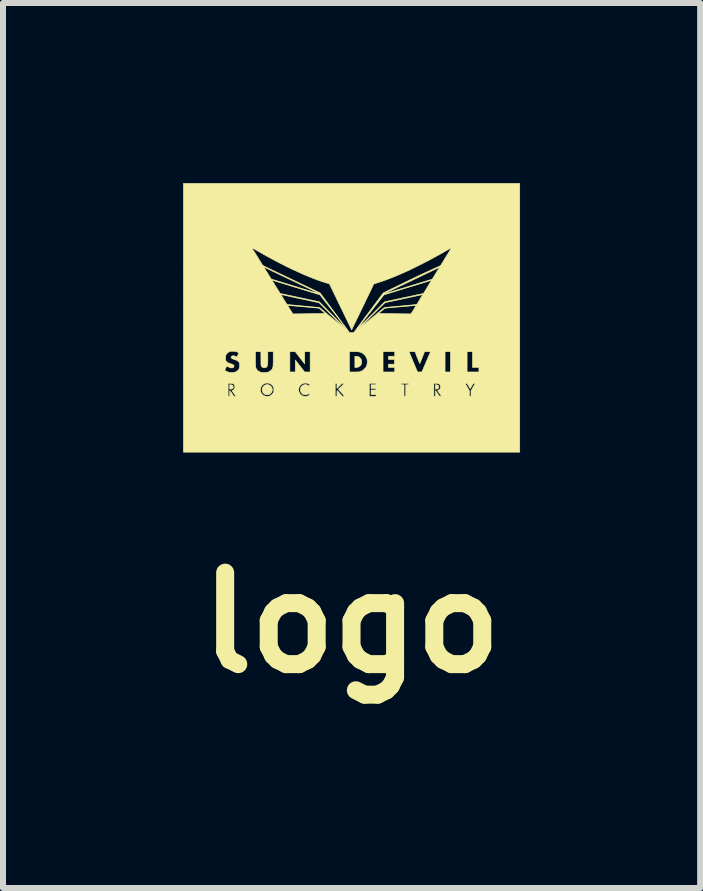
<source format=kicad_pcb>
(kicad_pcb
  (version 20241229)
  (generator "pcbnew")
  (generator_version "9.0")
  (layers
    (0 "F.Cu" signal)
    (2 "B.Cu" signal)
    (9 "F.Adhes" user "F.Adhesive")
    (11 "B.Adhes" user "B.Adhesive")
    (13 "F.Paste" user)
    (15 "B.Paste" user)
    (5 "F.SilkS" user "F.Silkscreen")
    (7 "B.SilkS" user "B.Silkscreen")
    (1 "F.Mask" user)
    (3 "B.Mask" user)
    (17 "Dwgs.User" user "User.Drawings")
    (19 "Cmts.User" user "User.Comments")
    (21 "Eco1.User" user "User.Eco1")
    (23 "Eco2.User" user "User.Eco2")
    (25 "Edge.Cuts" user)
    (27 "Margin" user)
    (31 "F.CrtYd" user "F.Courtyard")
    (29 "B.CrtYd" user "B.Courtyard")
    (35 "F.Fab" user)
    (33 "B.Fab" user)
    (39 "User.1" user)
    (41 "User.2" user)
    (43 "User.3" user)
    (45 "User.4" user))
  (footprint "logo"
    (layer "F.Cu")
    (at 2.805 2.243)
    (property "Reference" "logo" (at 0 5.08 0) (layer "F.SilkS") (effects (font (size 1.524 1.524) (thickness 0.3))))
    (attr through_hole)
    (fp_poly (pts (xy 1.414 1.116) (xy 1.43 1.119) (xy 1.441 1.123) (xy 1.449 1.13) (xy 1.453 1.14) (xy 1.455 1.148) (xy 1.454 1.161) (xy 1.449 1.172) (xy 1.44 1.181) (xy 1.426 1.186) (xy 1.412 1.188) (xy 1.397 1.188) (xy 1.397 1.114) (xy 1.414 1.116)) (stroke (width 0.01) (type solid)) (fill yes) (layer "F.SilkS"))
    (fp_poly (pts (xy -2.019 1.115) (xy -2.001 1.117) (xy -1.987 1.122) (xy -1.977 1.13) (xy -1.976 1.131) (xy -1.971 1.144) (xy -1.97 1.158) (xy -1.974 1.171) (xy -1.974 1.171) (xy -1.981 1.179) (xy -1.992 1.184) (xy -2.006 1.188) (xy -2.015 1.188) (xy -2.029 1.188) (xy -2.029 1.115) (xy -2.019 1.115)) (stroke (width 0.01) (type solid)) (fill yes) (layer "F.SilkS"))
    (fp_poly (pts (xy 0.077 0.642) (xy 0.094 0.644) (xy 0.107 0.646) (xy 0.118 0.65) (xy 0.128 0.656) (xy 0.13 0.657) (xy 0.146 0.671) (xy 0.158 0.688) (xy 0.166 0.708) (xy 0.169 0.731) (xy 0.169 0.735) (xy 0.167 0.759) (xy 0.16 0.779) (xy 0.149 0.796) (xy 0.133 0.809) (xy 0.123 0.815) (xy 0.112 0.821) (xy 0.103 0.824) (xy 0.092 0.826) (xy 0.08 0.826) (xy 0.056 0.828) (xy 0.056 0.64) (xy 0.077 0.642)) (stroke (width 0.01) (type solid)) (fill yes) (layer "F.SilkS"))
    (fp_poly (pts (xy -1.387 1.114) (xy -1.368 1.121) (xy -1.35 1.133) (xy -1.336 1.148) (xy -1.327 1.162) (xy -1.321 1.181) (xy -1.319 1.202) (xy -1.323 1.222) (xy -1.331 1.24) (xy -1.343 1.257) (xy -1.36 1.272) (xy -1.365 1.275) (xy -1.374 1.279) (xy -1.383 1.282) (xy -1.394 1.283) (xy -1.401 1.283) (xy -1.413 1.284) (xy -1.421 1.283) (xy -1.429 1.281) (xy -1.437 1.278) (xy -1.441 1.276) (xy -1.46 1.263) (xy -1.474 1.248) (xy -1.484 1.229) (xy -1.489 1.209) (xy -1.489 1.187) (xy -1.486 1.171) (xy -1.479 1.157) (xy -1.468 1.142) (xy -1.454 1.13) (xy -1.439 1.12) (xy -1.429 1.116) (xy -1.408 1.113) (xy -1.387 1.114)) (stroke (width 0.01) (type solid)) (fill yes) (layer "F.SilkS"))
    (fp_poly (pts (xy 2.802 2.238) (xy -2.8 2.238) (xy -2.8 1.092) (xy -2.055 1.092) (xy -2.055 1.307) (xy -2.029 1.307) (xy -2.029 1.26) (xy -2.029 1.245) (xy -2.029 1.231) (xy -2.028 1.221) (xy -2.027 1.215) (xy -2.027 1.214) (xy -2.025 1.216) (xy -2.02 1.222) (xy -2.013 1.231) (xy -2.004 1.243) (xy -1.994 1.257) (xy -1.992 1.26) (xy -1.96 1.307) (xy -1.944 1.307) (xy -1.934 1.306) (xy -1.93 1.305) (xy -1.929 1.303) (xy -1.929 1.303) (xy -1.932 1.3) (xy -1.937 1.293) (xy -1.944 1.283) (xy -1.952 1.27) (xy -1.962 1.257) (xy -1.972 1.243) (xy -1.98 1.231) (xy -1.987 1.222) (xy -1.991 1.215) (xy -1.992 1.213) (xy -1.992 1.213) (xy -1.99 1.211) (xy -1.985 1.209) (xy -1.97 1.203) (xy -1.958 1.193) (xy -1.517 1.193) (xy -1.516 1.215) (xy -1.511 1.237) (xy -1.502 1.256) (xy -1.488 1.273) (xy -1.488 1.273) (xy -1.472 1.289) (xy -1.454 1.299) (xy -1.435 1.306) (xy -1.414 1.309) (xy -1.4 1.309) (xy -1.386 1.308) (xy -1.375 1.307) (xy -1.367 1.304) (xy -1.357 1.3) (xy -1.356 1.3) (xy -1.338 1.288) (xy -1.321 1.273) (xy -1.307 1.255) (xy -1.302 1.246) (xy -1.299 1.238) (xy -1.296 1.23) (xy -1.295 1.223) (xy -1.294 1.212) (xy -1.294 1.201) (xy -0.879 1.201) (xy -0.879 1.214) (xy -0.878 1.224) (xy -0.876 1.232) (xy -0.872 1.241) (xy -0.87 1.245) (xy -0.861 1.261) (xy -0.848 1.277) (xy -0.833 1.29) (xy -0.823 1.296) (xy -0.809 1.303) (xy -0.795 1.307) (xy -0.781 1.309) (xy -0.764 1.309) (xy -0.763 1.309) (xy -0.749 1.308) (xy -0.739 1.307) (xy -0.731 1.304) (xy -0.722 1.3) (xy -0.721 1.299) (xy -0.704 1.291) (xy -0.702 1.256) (xy -0.715 1.265) (xy -0.731 1.276) (xy -0.747 1.282) (xy -0.764 1.284) (xy -0.774 1.284) (xy -0.794 1.28) (xy -0.811 1.273) (xy -0.826 1.261) (xy -0.831 1.256) (xy -0.841 1.242) (xy -0.847 1.229) (xy -0.851 1.214) (xy -0.852 1.202) (xy -0.852 1.189) (xy -0.851 1.18) (xy -0.849 1.172) (xy -0.846 1.164) (xy -0.835 1.146) (xy -0.82 1.131) (xy -0.803 1.12) (xy -0.784 1.114) (xy -0.764 1.113) (xy -0.763 1.113) (xy -0.748 1.115) (xy -0.734 1.121) (xy -0.721 1.128) (xy -0.713 1.134) (xy -0.708 1.139) (xy -0.705 1.139) (xy -0.703 1.135) (xy -0.703 1.125) (xy -0.703 1.123) (xy -0.703 1.107) (xy -0.721 1.097) (xy -0.731 1.093) (xy -0.733 1.092) (xy -0.271 1.092) (xy -0.271 1.307) (xy -0.243 1.307) (xy -0.243 1.259) (xy -0.243 1.243) (xy -0.242 1.229) (xy -0.242 1.219) (xy -0.241 1.212) (xy -0.241 1.211) (xy -0.238 1.213) (xy -0.233 1.219) (xy -0.224 1.227) (xy -0.214 1.238) (xy -0.203 1.251) (xy -0.196 1.259) (xy -0.154 1.307) (xy -0.136 1.307) (xy -0.127 1.306) (xy -0.121 1.306) (xy -0.119 1.305) (xy -0.12 1.302) (xy -0.126 1.296) (xy -0.134 1.287) (xy -0.144 1.275) (xy -0.156 1.262) (xy -0.169 1.247) (xy -0.22 1.192) (xy -0.17 1.142) (xy -0.12 1.092) (xy 0.296 1.092) (xy 0.296 1.307) (xy 0.409 1.307) (xy 0.409 1.281) (xy 0.325 1.281) (xy 0.325 1.202) (xy 0.406 1.202) (xy 0.406 1.177) (xy 0.325 1.177) (xy 0.325 1.115) (xy 0.409 1.115) (xy 0.409 1.092) (xy 0.824 1.092) (xy 0.824 1.115) (xy 0.875 1.115) (xy 0.875 1.307) (xy 0.903 1.307) (xy 1.372 1.307) (xy 1.397 1.307) (xy 1.397 1.26) (xy 1.397 1.245) (xy 1.397 1.231) (xy 1.398 1.221) (xy 1.399 1.215) (xy 1.399 1.214) (xy 1.401 1.216) (xy 1.406 1.222) (xy 1.413 1.232) (xy 1.422 1.244) (xy 1.431 1.258) (xy 1.433 1.26) (xy 1.464 1.305) (xy 1.48 1.306) (xy 1.488 1.306) (xy 1.494 1.306) (xy 1.496 1.305) (xy 1.494 1.302) (xy 1.49 1.295) (xy 1.483 1.285) (xy 1.475 1.273) (xy 1.465 1.259) (xy 1.464 1.257) (xy 1.432 1.212) (xy 1.444 1.207) (xy 1.46 1.199) (xy 1.472 1.187) (xy 1.479 1.171) (xy 1.482 1.152) (xy 1.482 1.15) (xy 1.48 1.132) (xy 1.474 1.117) (xy 1.463 1.106) (xy 1.455 1.101) (xy 1.448 1.098) (xy 1.441 1.095) (xy 1.433 1.094) (xy 1.427 1.094) (xy 1.894 1.094) (xy 1.929 1.155) (xy 1.964 1.216) (xy 1.964 1.307) (xy 1.99 1.307) (xy 1.99 1.261) (xy 1.99 1.215) (xy 2.025 1.154) (xy 2.06 1.094) (xy 2.047 1.093) (xy 2.039 1.092) (xy 2.032 1.093) (xy 2.031 1.093) (xy 2.028 1.096) (xy 2.024 1.103) (xy 2.017 1.113) (xy 2.01 1.125) (xy 2.005 1.134) (xy 1.997 1.147) (xy 1.99 1.16) (xy 1.985 1.169) (xy 1.981 1.176) (xy 1.98 1.178) (xy 1.978 1.179) (xy 1.976 1.178) (xy 1.973 1.175) (xy 1.969 1.169) (xy 1.963 1.159) (xy 1.955 1.144) (xy 1.953 1.142) (xy 1.944 1.125) (xy 1.937 1.113) (xy 1.931 1.104) (xy 1.927 1.098) (xy 1.923 1.094) (xy 1.92 1.093) (xy 1.916 1.092) (xy 1.911 1.093) (xy 1.909 1.093) (xy 1.894 1.094) (xy 1.427 1.094) (xy 1.423 1.093) (xy 1.408 1.093) (xy 1.406 1.093) (xy 1.372 1.092) (xy 1.372 1.307) (xy 0.903 1.307) (xy 0.903 1.115) (xy 0.954 1.115) (xy 0.954 1.092) (xy 0.824 1.092) (xy 0.409 1.092) (xy 0.296 1.092) (xy -0.12 1.092) (xy -0.157 1.092) (xy -0.2 1.135) (xy -0.243 1.178) (xy -0.243 1.092) (xy -0.271 1.092) (xy -0.733 1.092) (xy -0.739 1.09) (xy -0.748 1.089) (xy -0.759 1.088) (xy -0.766 1.088) (xy -0.787 1.089) (xy -0.804 1.093) (xy -0.82 1.099) (xy -0.834 1.109) (xy -0.853 1.125) (xy -0.866 1.144) (xy -0.875 1.165) (xy -0.879 1.189) (xy -0.879 1.201) (xy -1.294 1.201) (xy -1.294 1.199) (xy -1.294 1.186) (xy -1.295 1.176) (xy -1.296 1.168) (xy -1.299 1.161) (xy -1.302 1.152) (xy -1.303 1.151) (xy -1.314 1.133) (xy -1.329 1.117) (xy -1.346 1.103) (xy -1.362 1.095) (xy -1.373 1.091) (xy -1.383 1.089) (xy -1.396 1.088) (xy -1.405 1.088) (xy -1.419 1.088) (xy -1.428 1.089) (xy -1.437 1.091) (xy -1.445 1.094) (xy -1.451 1.097) (xy -1.473 1.11) (xy -1.491 1.127) (xy -1.504 1.147) (xy -1.513 1.169) (xy -1.517 1.193) (xy -1.958 1.193) (xy -1.957 1.192) (xy -1.949 1.178) (xy -1.944 1.162) (xy -1.943 1.143) (xy -1.945 1.135) (xy -1.95 1.12) (xy -1.958 1.109) (xy -1.969 1.101) (xy -1.985 1.096) (xy -2.005 1.093) (xy -2.024 1.092) (xy -2.055 1.092) (xy -2.8 1.092) (xy -2.8 0.875) (xy -2.112 0.875) (xy -2.108 0.878) (xy -2.101 0.883) (xy -2.09 0.889) (xy -2.079 0.894) (xy -2.067 0.899) (xy -2.058 0.903) (xy -2.045 0.907) (xy -2.032 0.91) (xy -2.024 0.912) (xy -2.007 0.913) (xy -1.988 0.913) (xy -1.969 0.911) (xy -1.951 0.908) (xy -1.94 0.906) (xy -1.916 0.895) (xy -1.897 0.882) (xy -1.882 0.865) (xy -1.871 0.845) (xy -1.865 0.822) (xy -1.863 0.794) (xy -1.863 0.793) (xy -1.864 0.772) (xy -1.867 0.755) (xy -1.874 0.741) (xy -1.884 0.73) (xy -1.894 0.721) (xy -1.905 0.713) (xy -1.92 0.706) (xy -1.938 0.699) (xy -1.956 0.693) (xy -1.972 0.687) (xy -1.983 0.683) (xy -1.991 0.678) (xy -1.997 0.673) (xy -1.998 0.673) (xy -2.004 0.666) (xy -2.006 0.661) (xy -2.005 0.655) (xy -2.002 0.648) (xy -1.996 0.641) (xy -1.996 0.641) (xy -1.983 0.635) (xy -1.968 0.632) (xy -1.951 0.635) (xy -1.933 0.642) (xy -1.919 0.65) (xy -1.911 0.655) (xy -1.894 0.622) (xy -1.888 0.61) (xy -1.882 0.599) (xy -1.878 0.591) (xy -1.877 0.586) (xy -1.877 0.586) (xy -1.879 0.583) (xy -1.886 0.578) (xy -1.897 0.574) (xy -1.91 0.569) (xy -1.923 0.564) (xy -1.6 0.564) (xy -1.6 0.679) (xy -1.6 0.712) (xy -1.6 0.74) (xy -1.6 0.763) (xy -1.599 0.782) (xy -1.598 0.797) (xy -1.597 0.81) (xy -1.596 0.82) (xy -1.594 0.829) (xy -1.592 0.836) (xy -1.589 0.843) (xy -1.589 0.843) (xy -1.577 0.864) (xy -1.56 0.881) (xy -1.54 0.895) (xy -1.515 0.905) (xy -1.487 0.911) (xy -1.484 0.912) (xy -1.47 0.913) (xy -1.453 0.913) (xy -1.434 0.912) (xy -1.416 0.91) (xy -1.401 0.908) (xy -1.398 0.907) (xy -1.375 0.899) (xy -1.355 0.887) (xy -1.337 0.872) (xy -1.323 0.855) (xy -1.315 0.84) (xy -1.313 0.831) (xy -1.31 0.822) (xy -1.308 0.81) (xy -1.307 0.797) (xy -1.306 0.78) (xy -1.305 0.761) (xy -1.304 0.737) (xy -1.304 0.709) (xy -1.304 0.676) (xy -1.304 0.67) (xy -1.304 0.564) (xy -1.027 0.564) (xy -1.027 0.903) (xy -0.937 0.903) (xy -0.936 0.803) (xy -0.936 0.704) (xy -0.858 0.803) (xy -0.781 0.903) (xy -0.689 0.903) (xy -0.034 0.903) (xy 0.043 0.903) (xy 0.068 0.903) (xy 0.089 0.903) (xy 0.105 0.902) (xy 0.117 0.902) (xy 0.127 0.901) (xy 0.135 0.899) (xy 0.137 0.899) (xy 0.161 0.891) (xy 0.182 0.88) (xy 0.202 0.864) (xy 0.213 0.854) (xy 0.232 0.833) (xy 0.246 0.812) (xy 0.255 0.789) (xy 0.261 0.764) (xy 0.262 0.736) (xy 0.262 0.735) (xy 0.262 0.719) (xy 0.261 0.704) (xy 0.259 0.692) (xy 0.258 0.69) (xy 0.248 0.664) (xy 0.234 0.639) (xy 0.215 0.616) (xy 0.193 0.597) (xy 0.171 0.584) (xy 0.159 0.579) (xy 0.148 0.574) (xy 0.137 0.571) (xy 0.125 0.568) (xy 0.11 0.567) (xy 0.094 0.565) (xy 0.073 0.565) (xy 0.048 0.565) (xy 0.037 0.564) (xy -0.034 0.564) (xy 0.525 0.564) (xy 0.525 0.903) (xy 0.72 0.903) (xy 0.72 0.827) (xy 0.615 0.827) (xy 0.615 0.773) (xy 0.714 0.773) (xy 0.714 0.694) (xy 0.615 0.694) (xy 0.615 0.641) (xy 0.72 0.641) (xy 0.72 0.568) (xy 0.96 0.568) (xy 0.96 0.569) (xy 0.961 0.572) (xy 0.965 0.58) (xy 0.97 0.592) (xy 0.976 0.609) (xy 0.984 0.628) (xy 0.994 0.651) (xy 1.004 0.676) (xy 1.015 0.703) (xy 1.027 0.731) (xy 1.03 0.738) (xy 1.099 0.903) (xy 1.172 0.902) (xy 1.242 0.738) (xy 1.255 0.709) (xy 1.266 0.682) (xy 1.277 0.656) (xy 1.287 0.633) (xy 1.296 0.613) (xy 1.303 0.596) (xy 1.308 0.583) (xy 1.312 0.574) (xy 1.314 0.57) (xy 1.314 0.569) (xy 1.314 0.568) (xy 1.313 0.566) (xy 1.31 0.565) (xy 1.303 0.565) (xy 1.293 0.565) (xy 1.279 0.564) (xy 1.266 0.564) (xy 1.558 0.564) (xy 1.558 0.903) (xy 1.648 0.903) (xy 1.648 0.564) (xy 1.925 0.564) (xy 1.925 0.903) (xy 2.122 0.903) (xy 2.122 0.827) (xy 2.015 0.827) (xy 2.015 0.564) (xy 1.925 0.564) (xy 1.648 0.564) (xy 1.558 0.564) (xy 1.266 0.564) (xy 1.217 0.564) (xy 1.178 0.663) (xy 1.169 0.685) (xy 1.161 0.705) (xy 1.154 0.724) (xy 1.147 0.739) (xy 1.142 0.751) (xy 1.139 0.759) (xy 1.138 0.763) (xy 1.138 0.763) (xy 1.136 0.761) (xy 1.133 0.754) (xy 1.128 0.743) (xy 1.122 0.728) (xy 1.115 0.711) (xy 1.107 0.691) (xy 1.098 0.669) (xy 1.096 0.665) (xy 1.057 0.564) (xy 1.008 0.564) (xy 0.99 0.565) (xy 0.977 0.565) (xy 0.968 0.565) (xy 0.963 0.566) (xy 0.961 0.567) (xy 0.96 0.568) (xy 0.72 0.568) (xy 0.72 0.564) (xy 0.525 0.564) (xy -0.034 0.564) (xy -0.034 0.903) (xy -0.689 0.903) (xy -0.689 0.564) (xy -0.779 0.564) (xy -0.78 0.666) (xy -0.78 0.767) (xy -0.859 0.666) (xy -0.938 0.564) (xy -1.027 0.564) (xy -1.304 0.564) (xy -1.394 0.564) (xy -1.394 0.665) (xy -1.394 0.698) (xy -1.395 0.725) (xy -1.395 0.748) (xy -1.396 0.767) (xy -1.398 0.782) (xy -1.4 0.794) (xy -1.403 0.803) (xy -1.406 0.811) (xy -1.411 0.817) (xy -1.416 0.821) (xy -1.423 0.826) (xy -1.424 0.826) (xy -1.434 0.831) (xy -1.447 0.832) (xy -1.452 0.833) (xy -1.47 0.831) (xy -1.485 0.824) (xy -1.496 0.814) (xy -1.501 0.806) (xy -1.508 0.792) (xy -1.509 0.678) (xy -1.51 0.564) (xy -1.6 0.564) (xy -1.923 0.564) (xy -1.924 0.564) (xy -1.929 0.563) (xy -1.944 0.56) (xy -1.962 0.558) (xy -1.983 0.557) (xy -1.997 0.557) (xy -2.008 0.558) (xy -2.015 0.559) (xy -2.022 0.561) (xy -2.029 0.564) (xy -2.038 0.568) (xy -2.06 0.581) (xy -2.077 0.598) (xy -2.089 0.618) (xy -2.092 0.623) (xy -2.095 0.631) (xy -2.097 0.64) (xy -2.098 0.65) (xy -2.098 0.663) (xy -2.098 0.672) (xy -2.098 0.687) (xy -2.098 0.697) (xy -2.096 0.705) (xy -2.094 0.711) (xy -2.092 0.716) (xy -2.085 0.727) (xy -2.075 0.737) (xy -2.062 0.746) (xy -2.046 0.754) (xy -2.025 0.762) (xy -2.015 0.765) (xy -1.998 0.77) (xy -1.986 0.775) (xy -1.976 0.779) (xy -1.97 0.783) (xy -1.964 0.788) (xy -1.962 0.789) (xy -1.957 0.799) (xy -1.957 0.809) (xy -1.961 0.819) (xy -1.969 0.828) (xy -1.974 0.831) (xy -1.983 0.834) (xy -1.993 0.835) (xy -2.004 0.835) (xy -2.019 0.832) (xy -2.033 0.828) (xy -2.048 0.819) (xy -2.061 0.811) (xy -2.069 0.806) (xy -2.074 0.803) (xy -2.076 0.802) (xy -2.078 0.806) (xy -2.083 0.814) (xy -2.088 0.824) (xy -2.094 0.835) (xy -2.1 0.847) (xy -2.105 0.858) (xy -2.109 0.867) (xy -2.112 0.873) (xy -2.112 0.875) (xy -2.8 0.875) (xy -2.8 -0.203) (xy -1.061 -0.203) (xy -1.06 -0.2) (xy -1.056 -0.192) (xy -1.05 -0.182) (xy -1.043 -0.17) (xy -1.039 -0.164) (xy -1.031 -0.151) (xy -1.024 -0.139) (xy -1.019 -0.131) (xy -1.016 -0.126) (xy -1.016 -0.124) (xy -1.014 -0.121) (xy -1.014 -0.121) (xy -1.011 -0.118) (xy -1.007 -0.112) (xy -1.001 -0.103) (xy -0.998 -0.099) (xy -0.992 -0.088) (xy -0.986 -0.079) (xy -0.981 -0.072) (xy -0.98 -0.071) (xy -0.976 -0.064) (xy -0.841 -0.066) (xy -0.808 -0.066) (xy -0.77 -0.067) (xy -0.73 -0.067) (xy -0.689 -0.068) (xy -0.649 -0.069) (xy -0.611 -0.069) (xy -0.578 -0.07) (xy -0.575 -0.07) (xy -0.541 -0.07) (xy -0.512 -0.071) (xy -0.489 -0.071) (xy -0.47 -0.072) (xy -0.457 -0.073) (xy -0.448 -0.073) (xy -0.444 -0.074) (xy -0.443 -0.075) (xy -0.445 -0.078) (xy -0.451 -0.083) (xy -0.459 -0.09) (xy -0.462 -0.093) (xy -0.473 -0.102) (xy -0.484 -0.111) (xy -0.493 -0.119) (xy -0.494 -0.12) (xy -0.509 -0.133) (xy -0.52 -0.142) (xy -0.528 -0.149) (xy -0.534 -0.154) (xy -0.538 -0.156) (xy -0.541 -0.158) (xy -0.542 -0.159) (xy -0.547 -0.16) (xy -0.556 -0.161) (xy -0.568 -0.162) (xy -0.584 -0.164) (xy -0.599 -0.165) (xy -0.62 -0.167) (xy -0.644 -0.169) (xy -0.667 -0.171) (xy -0.689 -0.173) (xy -0.697 -0.174) (xy -0.737 -0.177) (xy -0.774 -0.181) (xy -0.808 -0.184) (xy -0.839 -0.186) (xy -0.865 -0.188) (xy -0.875 -0.189) (xy -0.892 -0.19) (xy -0.909 -0.192) (xy -0.926 -0.194) (xy -0.936 -0.195) (xy -0.949 -0.196) (xy -0.965 -0.198) (xy -0.983 -0.199) (xy -0.999 -0.2) (xy -1.014 -0.202) (xy -1.029 -0.203) (xy -1.041 -0.204) (xy -1.049 -0.205) (xy -1.049 -0.205) (xy -1.057 -0.206) (xy -1.061 -0.204) (xy -1.061 -0.203) (xy -2.8 -0.203) (xy -2.8 -0.386) (xy -1.176 -0.386) (xy -1.175 -0.383) (xy -1.173 -0.38) (xy -1.169 -0.374) (xy -1.168 -0.371) (xy -1.167 -0.367) (xy -1.166 -0.367) (xy -1.163 -0.365) (xy -1.159 -0.359) (xy -1.156 -0.353) (xy -1.15 -0.343) (xy -1.143 -0.331) (xy -1.14 -0.327) (xy -1.135 -0.318) (xy -1.13 -0.31) (xy -1.129 -0.307) (xy -1.126 -0.301) (xy -1.123 -0.299) (xy -1.121 -0.297) (xy -1.119 -0.294) (xy -1.117 -0.288) (xy -1.112 -0.281) (xy -1.109 -0.277) (xy -1.108 -0.275) (xy -1.106 -0.271) (xy -1.102 -0.266) (xy -1.096 -0.256) (xy -1.089 -0.244) (xy -1.081 -0.232) (xy -1.075 -0.225) (xy -1.07 -0.222) (xy -1.065 -0.221) (xy -1.055 -0.219) (xy -1.042 -0.218) (xy -1.027 -0.217) (xy -1.019 -0.216) (xy -0.999 -0.214) (xy -0.977 -0.212) (xy -0.954 -0.21) (xy -0.932 -0.208) (xy -0.929 -0.207) (xy -0.896 -0.204) (xy -0.868 -0.202) (xy -0.845 -0.2) (xy -0.826 -0.198) (xy -0.809 -0.196) (xy -0.795 -0.195) (xy -0.783 -0.194) (xy -0.772 -0.193) (xy -0.761 -0.192) (xy -0.761 -0.192) (xy -0.746 -0.191) (xy -0.733 -0.189) (xy -0.722 -0.188) (xy -0.715 -0.188) (xy -0.709 -0.187) (xy -0.698 -0.186) (xy -0.684 -0.184) (xy -0.667 -0.183) (xy -0.655 -0.182) (xy -0.635 -0.18) (xy -0.614 -0.178) (xy -0.594 -0.176) (xy -0.576 -0.175) (xy -0.569 -0.174) (xy -0.533 -0.171) (xy -0.506 -0.148) (xy -0.493 -0.137) (xy -0.478 -0.124) (xy -0.464 -0.113) (xy -0.456 -0.106) (xy -0.444 -0.096) (xy -0.43 -0.084) (xy -0.415 -0.072) (xy -0.404 -0.062) (xy -0.392 -0.052) (xy -0.38 -0.042) (xy -0.37 -0.034) (xy -0.363 -0.028) (xy -0.363 -0.028) (xy -0.354 -0.021) (xy -0.343 -0.012) (xy -0.337 -0.007) (xy -0.328 0.001) (xy -0.317 0.01) (xy -0.312 0.014) (xy -0.303 0.022) (xy -0.292 0.03) (xy -0.287 0.035) (xy -0.276 0.044) (xy -0.265 0.053) (xy -0.26 0.058) (xy -0.246 0.069) (xy -0.233 0.08) (xy -0.221 0.091) (xy -0.206 0.103) (xy -0.189 0.117) (xy -0.182 0.123) (xy -0.172 0.131) (xy -0.161 0.14) (xy -0.153 0.147) (xy -0.145 0.153) (xy -0.139 0.157) (xy -0.136 0.158) (xy -0.136 0.158) (xy -0.138 0.155) (xy -0.143 0.149) (xy -0.152 0.14) (xy -0.164 0.127) (xy -0.18 0.111) (xy -0.197 0.093) (xy -0.218 0.072) (xy -0.24 0.05) (xy -0.264 0.025) (xy -0.29 -0.001) (xy -0.318 -0.028) (xy -0.337 -0.048) (xy -0.539 -0.25) (xy -0.557 -0.254) (xy -0.569 -0.256) (xy -0.583 -0.259) (xy -0.597 -0.262) (xy -0.597 -0.262) (xy -0.612 -0.266) (xy -0.628 -0.269) (xy -0.642 -0.272) (xy -0.654 -0.275) (xy -0.666 -0.277) (xy -0.675 -0.279) (xy -0.676 -0.279) (xy -0.698 -0.284) (xy -0.719 -0.289) (xy -0.738 -0.293) (xy -0.754 -0.297) (xy -0.766 -0.299) (xy -0.77 -0.3) (xy -0.779 -0.301) (xy -0.786 -0.303) (xy -0.788 -0.304) (xy -0.791 -0.305) (xy -0.799 -0.306) (xy -0.809 -0.309) (xy -0.812 -0.309) (xy -0.826 -0.312) (xy -0.84 -0.315) (xy -0.852 -0.317) (xy -0.86 -0.319) (xy -0.868 -0.321) (xy -0.877 -0.323) (xy -0.889 -0.325) (xy -0.903 -0.328) (xy -0.922 -0.332) (xy -0.933 -0.334) (xy -0.941 -0.336) (xy -0.953 -0.339) (xy -0.968 -0.342) (xy -0.985 -0.346) (xy -1.001 -0.349) (xy -1.016 -0.353) (xy -1.028 -0.355) (xy -1.034 -0.357) (xy -1.04 -0.358) (xy -1.049 -0.36) (xy -1.06 -0.362) (xy -1.063 -0.363) (xy -1.081 -0.367) (xy -1.099 -0.371) (xy -1.118 -0.375) (xy -1.14 -0.38) (xy -1.147 -0.381) (xy -1.158 -0.384) (xy -1.168 -0.385) (xy -1.174 -0.386) (xy -1.176 -0.386) (xy -2.8 -0.386) (xy -2.8 -0.62) (xy -1.323 -0.62) (xy -1.32 -0.616) (xy -1.32 -0.615) (xy -1.316 -0.61) (xy -1.311 -0.602) (xy -1.304 -0.592) (xy -1.297 -0.581) (xy -1.29 -0.569) (xy -1.285 -0.56) (xy -1.28 -0.552) (xy -1.279 -0.548) (xy -1.278 -0.548) (xy -1.277 -0.545) (xy -1.276 -0.545) (xy -1.273 -0.542) (xy -1.271 -0.538) (xy -1.269 -0.532) (xy -1.267 -0.531) (xy -1.265 -0.528) (xy -1.264 -0.526) (xy -1.263 -0.523) (xy -1.262 -0.522) (xy -1.26 -0.52) (xy -1.256 -0.514) (xy -1.252 -0.509) (xy -1.247 -0.5) (xy -1.243 -0.493) (xy -1.241 -0.49) (xy -1.238 -0.484) (xy -1.233 -0.476) (xy -1.229 -0.47) (xy -1.224 -0.462) (xy -1.221 -0.456) (xy -1.219 -0.454) (xy -1.217 -0.451) (xy -1.214 -0.447) (xy -1.211 -0.442) (xy -1.206 -0.434) (xy -1.2 -0.424) (xy -1.2 -0.423) (xy -1.188 -0.404) (xy -1.171 -0.401) (xy -1.161 -0.4) (xy -1.148 -0.397) (xy -1.132 -0.394) (xy -1.116 -0.39) (xy -1.113 -0.39) (xy -1.097 -0.386) (xy -1.08 -0.382) (xy -1.065 -0.379) (xy -1.054 -0.377) (xy -1.053 -0.376) (xy -1.035 -0.373) (xy -1.014 -0.368) (xy -0.991 -0.363) (xy -0.975 -0.36) (xy -0.952 -0.355) (xy -0.933 -0.351) (xy -0.919 -0.348) (xy -0.908 -0.345) (xy -0.899 -0.344) (xy -0.893 -0.342) (xy -0.889 -0.342) (xy -0.882 -0.34) (xy -0.87 -0.338) (xy -0.856 -0.335) (xy -0.84 -0.331) (xy -0.835 -0.33) (xy -0.817 -0.326) (xy -0.803 -0.323) (xy -0.789 -0.32) (xy -0.775 -0.317) (xy -0.759 -0.314) (xy -0.739 -0.309) (xy -0.727 -0.307) (xy -0.711 -0.303) (xy -0.695 -0.3) (xy -0.691 -0.299) (xy -0.678 -0.296) (xy -0.665 -0.294) (xy -0.655 -0.292) (xy -0.652 -0.291) (xy -0.645 -0.29) (xy -0.634 -0.287) (xy -0.619 -0.284) (xy -0.603 -0.281) (xy -0.589 -0.278) (xy -0.538 -0.267) (xy -0.319 -0.046) (xy -0.29 -0.017) (xy -0.262 0.012) (xy -0.235 0.038) (xy -0.21 0.064) (xy -0.187 0.087) (xy -0.165 0.108) (xy -0.146 0.127) (xy -0.13 0.143) (xy -0.117 0.156) (xy -0.107 0.166) (xy -0.1 0.172) (xy -0.097 0.175) (xy -0.097 0.175) (xy -0.093 0.173) (xy -0.093 0.173) (xy -0.095 0.169) (xy -0.099 0.164) (xy -0.1 0.163) (xy -0.106 0.156) (xy -0.112 0.148) (xy -0.113 0.147) (xy -0.12 0.138) (xy -0.127 0.129) (xy -0.127 0.128) (xy -0.133 0.121) (xy -0.141 0.112) (xy -0.146 0.106) (xy -0.153 0.097) (xy -0.162 0.085) (xy -0.173 0.071) (xy -0.184 0.056) (xy -0.195 0.042) (xy -0.204 0.03) (xy -0.21 0.023) (xy -0.217 0.014) (xy -0.224 0.005) (xy -0.226 0.003) (xy -0.231 -0.004) (xy -0.239 -0.014) (xy -0.246 -0.022) (xy -0.26 -0.041) (xy -0.273 -0.058) (xy -0.286 -0.074) (xy -0.286 -0.075) (xy -0.294 -0.085) (xy -0.303 -0.096) (xy -0.307 -0.101) (xy -0.315 -0.111) (xy -0.324 -0.122) (xy -0.327 -0.127) (xy -0.334 -0.136) (xy -0.341 -0.145) (xy -0.344 -0.148) (xy -0.352 -0.158) (xy -0.358 -0.166) (xy -0.363 -0.172) (xy -0.367 -0.178) (xy -0.373 -0.186) (xy -0.378 -0.192) (xy -0.379 -0.193) (xy -0.383 -0.198) (xy -0.389 -0.206) (xy -0.397 -0.215) (xy -0.4 -0.22) (xy -0.407 -0.229) (xy -0.413 -0.237) (xy -0.417 -0.242) (xy -0.418 -0.243) (xy -0.42 -0.245) (xy -0.425 -0.252) (xy -0.432 -0.26) (xy -0.436 -0.265) (xy -0.444 -0.276) (xy -0.452 -0.287) (xy -0.459 -0.295) (xy -0.461 -0.297) (xy -0.467 -0.305) (xy -0.471 -0.311) (xy -0.472 -0.314) (xy -0.475 -0.318) (xy -0.477 -0.319) (xy -0.48 -0.321) (xy -0.484 -0.327) (xy -0.487 -0.331) (xy -0.493 -0.339) (xy -0.499 -0.347) (xy -0.501 -0.35) (xy -0.506 -0.355) (xy -0.508 -0.358) (xy -0.508 -0.359) (xy -0.51 -0.361) (xy -0.514 -0.367) (xy -0.516 -0.37) (xy -0.522 -0.376) (xy -0.525 -0.38) (xy -0.525 -0.381) (xy -0.527 -0.383) (xy -0.534 -0.385) (xy -0.537 -0.386) (xy -0.543 -0.388) (xy -0.55 -0.39) (xy -0.559 -0.392) (xy -0.57 -0.396) (xy -0.585 -0.4) (xy -0.604 -0.406) (xy -0.605 -0.406) (xy -0.624 -0.412) (xy -0.64 -0.417) (xy -0.656 -0.422) (xy -0.675 -0.428) (xy -0.686 -0.431) (xy -0.699 -0.435) (xy -0.703 -0.436) (xy -0.715 -0.44) (xy -0.727 -0.443) (xy -0.731 -0.445) (xy -0.739 -0.447) (xy -0.751 -0.451) (xy -0.766 -0.455) (xy -0.785 -0.461) (xy -0.804 -0.467) (xy -0.825 -0.473) (xy -0.846 -0.48) (xy -0.865 -0.486) (xy -0.868 -0.487) (xy -0.884 -0.492) (xy -0.903 -0.498) (xy -0.921 -0.503) (xy -0.929 -0.505) (xy -0.944 -0.51) (xy -0.962 -0.515) (xy -0.977 -0.52) (xy -0.984 -0.522) (xy -0.998 -0.527) (xy -1.015 -0.532) (xy -1.032 -0.537) (xy -1.039 -0.539) (xy -1.058 -0.545) (xy -1.079 -0.551) (xy -1.1 -0.558) (xy -1.12 -0.564) (xy -1.138 -0.569) (xy -1.153 -0.574) (xy -1.159 -0.576) (xy -1.168 -0.579) (xy -1.181 -0.582) (xy -1.196 -0.587) (xy -1.211 -0.592) (xy -1.214 -0.593) (xy -1.231 -0.598) (xy -1.25 -0.604) (xy -1.269 -0.61) (xy -1.283 -0.614) (xy -1.3 -0.619) (xy -1.312 -0.622) (xy -1.319 -0.623) (xy -1.323 -0.623) (xy -1.323 -0.62) (xy -2.8 -0.62) (xy -2.8 -0.842) (xy -1.459 -0.842) (xy -1.459 -0.838) (xy -1.457 -0.835) (xy -1.457 -0.835) (xy -1.454 -0.832) (xy -1.45 -0.826) (xy -1.444 -0.817) (xy -1.438 -0.807) (xy -1.432 -0.797) (xy -1.427 -0.788) (xy -1.423 -0.782) (xy -1.422 -0.78) (xy -1.421 -0.776) (xy -1.42 -0.776) (xy -1.417 -0.773) (xy -1.413 -0.766) (xy -1.406 -0.757) (xy -1.399 -0.746) (xy -1.393 -0.735) (xy -1.387 -0.724) (xy -1.382 -0.716) (xy -1.382 -0.715) (xy -1.378 -0.708) (xy -1.374 -0.703) (xy -1.372 -0.7) (xy -1.371 -0.698) (xy -1.368 -0.695) (xy -1.365 -0.689) (xy -1.36 -0.681) (xy -1.352 -0.669) (xy -1.352 -0.667) (xy -1.345 -0.657) (xy -1.34 -0.65) (xy -1.336 -0.646) (xy -1.331 -0.643) (xy -1.324 -0.641) (xy -1.322 -0.64) (xy -1.315 -0.638) (xy -1.304 -0.635) (xy -1.29 -0.631) (xy -1.275 -0.626) (xy -1.259 -0.621) (xy -1.245 -0.617) (xy -1.232 -0.613) (xy -1.226 -0.611) (xy -1.218 -0.608) (xy -1.206 -0.605) (xy -1.194 -0.601) (xy -1.194 -0.601) (xy -1.183 -0.598) (xy -1.173 -0.595) (xy -1.166 -0.593) (xy -1.166 -0.593) (xy -1.16 -0.591) (xy -1.151 -0.588) (xy -1.139 -0.584) (xy -1.125 -0.58) (xy -1.125 -0.58) (xy -1.101 -0.573) (xy -1.078 -0.566) (xy -1.057 -0.559) (xy -1.038 -0.553) (xy -1.022 -0.549) (xy -1.011 -0.545) (xy -1.006 -0.543) (xy -0.991 -0.538) (xy -0.972 -0.533) (xy -0.953 -0.527) (xy -0.941 -0.524) (xy -0.929 -0.52) (xy -0.915 -0.516) (xy -0.909 -0.514) (xy -0.898 -0.51) (xy -0.885 -0.506) (xy -0.872 -0.502) (xy -0.86 -0.499) (xy -0.849 -0.495) (xy -0.84 -0.492) (xy -0.84 -0.492) (xy -0.831 -0.49) (xy -0.818 -0.485) (xy -0.801 -0.48) (xy -0.783 -0.475) (xy -0.763 -0.469) (xy -0.743 -0.463) (xy -0.734 -0.46) (xy -0.719 -0.455) (xy -0.704 -0.451) (xy -0.69 -0.446) (xy -0.684 -0.445) (xy -0.671 -0.44) (xy -0.658 -0.436) (xy -0.648 -0.433) (xy -0.636 -0.43) (xy -0.625 -0.427) (xy -0.619 -0.425) (xy -0.611 -0.422) (xy -0.6 -0.419) (xy -0.588 -0.415) (xy -0.587 -0.415) (xy -0.576 -0.412) (xy -0.567 -0.409) (xy -0.561 -0.406) (xy -0.56 -0.406) (xy -0.552 -0.404) (xy -0.548 -0.405) (xy -0.548 -0.406) (xy -0.549 -0.408) (xy -0.554 -0.411) (xy -0.562 -0.415) (xy -0.574 -0.422) (xy -0.59 -0.429) (xy -0.611 -0.439) (xy -0.629 -0.448) (xy -0.639 -0.453) (xy -0.65 -0.458) (xy -0.664 -0.464) (xy -0.68 -0.472) (xy -0.699 -0.481) (xy -0.722 -0.492) (xy -0.75 -0.506) (xy -0.768 -0.514) (xy -0.783 -0.522) (xy -0.8 -0.53) (xy -0.816 -0.537) (xy -0.828 -0.543) (xy -0.841 -0.549) (xy -0.857 -0.557) (xy -0.873 -0.565) (xy -0.89 -0.572) (xy -0.89 -0.573) (xy -0.906 -0.581) (xy -0.923 -0.589) (xy -0.939 -0.596) (xy -0.952 -0.602) (xy -0.953 -0.603) (xy -0.981 -0.616) (xy -1.013 -0.631) (xy -1.044 -0.646) (xy -1.074 -0.661) (xy -1.082 -0.665) (xy -1.098 -0.672) (xy -1.116 -0.681) (xy -1.133 -0.689) (xy -1.144 -0.694) (xy -1.172 -0.707) (xy -1.196 -0.719) (xy -1.216 -0.728) (xy -1.236 -0.738) (xy -1.254 -0.747) (xy -1.267 -0.753) (xy -1.283 -0.76) (xy -1.299 -0.768) (xy -1.314 -0.775) (xy -1.326 -0.781) (xy -1.328 -0.782) (xy -1.338 -0.786) (xy -1.351 -0.793) (xy -1.367 -0.801) (xy -1.385 -0.809) (xy -1.403 -0.818) (xy -1.404 -0.818) (xy -1.42 -0.826) (xy -1.434 -0.833) (xy -1.445 -0.838) (xy -1.453 -0.842) (xy -1.458 -0.844) (xy -1.458 -0.844) (xy -1.459 -0.842) (xy -2.8 -0.842) (xy -2.8 -1.161) (xy -1.654 -1.161) (xy -1.653 -1.156) (xy -1.651 -1.151) (xy -1.65 -1.149) (xy -1.646 -1.144) (xy -1.645 -1.141) (xy -1.644 -1.136) (xy -1.642 -1.134) (xy -1.638 -1.129) (xy -1.634 -1.122) (xy -1.633 -1.12) (xy -1.629 -1.114) (xy -1.626 -1.11) (xy -1.626 -1.109) (xy -1.623 -1.106) (xy -1.621 -1.102) (xy -1.61 -1.084) (xy -1.6 -1.068) (xy -1.59 -1.052) (xy -1.579 -1.034) (xy -1.566 -1.013) (xy -1.564 -1.011) (xy -1.555 -0.997) (xy -1.547 -0.984) (xy -1.541 -0.973) (xy -1.537 -0.966) (xy -1.535 -0.963) (xy -1.535 -0.962) (xy -1.534 -0.959) (xy -1.532 -0.956) (xy -1.529 -0.952) (xy -1.523 -0.945) (xy -1.517 -0.934) (xy -1.509 -0.923) (xy -1.502 -0.911) (xy -1.496 -0.9) (xy -1.491 -0.892) (xy -1.486 -0.884) (xy -1.481 -0.877) (xy -1.48 -0.875) (xy -1.474 -0.871) (xy -1.463 -0.865) (xy -1.448 -0.857) (xy -1.43 -0.847) (xy -1.41 -0.838) (xy -1.401 -0.834) (xy -1.388 -0.828) (xy -1.372 -0.82) (xy -1.356 -0.813) (xy -1.345 -0.807) (xy -1.286 -0.779) (xy -1.228 -0.751) (xy -1.214 -0.744) (xy -1.201 -0.739) (xy -1.186 -0.731) (xy -1.17 -0.724) (xy -1.154 -0.716) (xy -1.138 -0.708) (xy -1.119 -0.699) (xy -1.101 -0.691) (xy -1.088 -0.684) (xy -1.065 -0.673) (xy -1.038 -0.66) (xy -1.008 -0.646) (xy -0.977 -0.631) (xy -0.946 -0.616) (xy -0.941 -0.614) (xy -0.924 -0.606) (xy -0.906 -0.597) (xy -0.888 -0.588) (xy -0.873 -0.581) (xy -0.858 -0.574) (xy -0.84 -0.565) (xy -0.823 -0.557) (xy -0.814 -0.553) (xy -0.803 -0.548) (xy -0.787 -0.54) (xy -0.77 -0.532) (xy -0.751 -0.523) (xy -0.733 -0.514) (xy -0.717 -0.506) (xy -0.703 -0.5) (xy -0.691 -0.494) (xy -0.683 -0.49) (xy -0.679 -0.488) (xy -0.679 -0.488) (xy -0.676 -0.487) (xy -0.669 -0.484) (xy -0.658 -0.479) (xy -0.645 -0.472) (xy -0.629 -0.465) (xy -0.622 -0.461) (xy -0.604 -0.452) (xy -0.586 -0.444) (xy -0.569 -0.436) (xy -0.555 -0.429) (xy -0.544 -0.424) (xy -0.543 -0.423) (xy -0.532 -0.418) (xy -0.524 -0.413) (xy -0.52 -0.41) (xy -0.519 -0.409) (xy -0.518 -0.406) (xy -0.514 -0.401) (xy -0.513 -0.4) (xy -0.508 -0.394) (xy -0.502 -0.386) (xy -0.499 -0.381) (xy -0.493 -0.373) (xy -0.487 -0.365) (xy -0.485 -0.363) (xy -0.48 -0.356) (xy -0.474 -0.348) (xy -0.474 -0.348) (xy -0.468 -0.339) (xy -0.461 -0.331) (xy -0.461 -0.331) (xy -0.455 -0.323) (xy -0.449 -0.315) (xy -0.448 -0.313) (xy -0.442 -0.304) (xy -0.435 -0.296) (xy -0.434 -0.295) (xy -0.429 -0.289) (xy -0.426 -0.285) (xy -0.426 -0.285) (xy -0.425 -0.282) (xy -0.421 -0.276) (xy -0.418 -0.273) (xy -0.412 -0.265) (xy -0.407 -0.258) (xy -0.406 -0.256) (xy -0.4 -0.248) (xy -0.392 -0.237) (xy -0.384 -0.226) (xy -0.376 -0.215) (xy -0.368 -0.205) (xy -0.363 -0.198) (xy -0.359 -0.194) (xy -0.359 -0.193) (xy -0.356 -0.189) (xy -0.352 -0.183) (xy -0.351 -0.182) (xy -0.347 -0.175) (xy -0.342 -0.169) (xy -0.335 -0.161) (xy -0.332 -0.157) (xy -0.329 -0.152) (xy -0.327 -0.15) (xy -0.326 -0.146) (xy -0.322 -0.142) (xy -0.32 -0.139) (xy -0.314 -0.132) (xy -0.306 -0.121) (xy -0.297 -0.109) (xy -0.286 -0.095) (xy -0.275 -0.08) (xy -0.264 -0.065) (xy -0.254 -0.051) (xy -0.244 -0.039) (xy -0.237 -0.029) (xy -0.235 -0.026) (xy -0.231 -0.021) (xy -0.225 -0.013) (xy -0.217 -0.002) (xy -0.209 0.01) (xy -0.207 0.012) (xy -0.196 0.026) (xy -0.189 0.036) (xy -0.183 0.045) (xy -0.177 0.052) (xy -0.172 0.059) (xy -0.166 0.068) (xy -0.163 0.071) (xy -0.157 0.08) (xy -0.152 0.086) (xy -0.15 0.089) (xy -0.148 0.092) (xy -0.142 0.1) (xy -0.135 0.11) (xy -0.125 0.122) (xy -0.115 0.136) (xy -0.105 0.15) (xy -0.094 0.164) (xy -0.085 0.177) (xy -0.076 0.188) (xy -0.07 0.197) (xy -0.066 0.202) (xy -0.066 0.203) (xy -0.06 0.21) (xy -0.056 0.215) (xy -0.052 0.22) (xy -0.051 0.223) (xy -0.049 0.226) (xy -0.044 0.232) (xy -0.036 0.242) (xy -0.034 0.245) (xy -0.03 0.247) (xy -0.021 0.248) (xy -0.008 0.248) (xy 0.003 0.248) (xy 0.036 0.248) (xy 0.053 0.226) (xy 0.061 0.215) (xy 0.068 0.207) (xy 0.072 0.201) (xy 0.074 0.198) (xy 0.076 0.196) (xy 0.078 0.194) (xy 0.081 0.189) (xy 0.086 0.182) (xy 0.088 0.179) (xy 0.092 0.173) (xy 0.107 0.173) (xy 0.109 0.175) (xy 0.112 0.173) (xy 0.118 0.167) (xy 0.127 0.159) (xy 0.147 0.159) (xy 0.147 0.16) (xy 0.15 0.16) (xy 0.154 0.157) (xy 0.162 0.151) (xy 0.173 0.142) (xy 0.178 0.138) (xy 0.191 0.127) (xy 0.204 0.116) (xy 0.216 0.105) (xy 0.224 0.099) (xy 0.234 0.091) (xy 0.242 0.084) (xy 0.249 0.079) (xy 0.25 0.078) (xy 0.255 0.073) (xy 0.263 0.067) (xy 0.272 0.059) (xy 0.275 0.056) (xy 0.285 0.049) (xy 0.293 0.042) (xy 0.299 0.037) (xy 0.3 0.036) (xy 0.304 0.032) (xy 0.312 0.026) (xy 0.322 0.017) (xy 0.334 0.007) (xy 0.348 -0.004) (xy 0.351 -0.007) (xy 0.366 -0.019) (xy 0.382 -0.033) (xy 0.397 -0.045) (xy 0.41 -0.056) (xy 0.419 -0.064) (xy 0.431 -0.074) (xy 0.432 -0.075) (xy 0.454 -0.075) (xy 0.455 -0.073) (xy 0.457 -0.072) (xy 0.462 -0.072) (xy 0.47 -0.071) (xy 0.481 -0.071) (xy 0.497 -0.07) (xy 0.517 -0.07) (xy 0.524 -0.07) (xy 0.544 -0.07) (xy 0.567 -0.07) (xy 0.594 -0.069) (xy 0.623 -0.069) (xy 0.654 -0.069) (xy 0.683 -0.068) (xy 0.71 -0.068) (xy 0.739 -0.067) (xy 0.771 -0.067) (xy 0.803 -0.067) (xy 0.834 -0.066) (xy 0.863 -0.066) (xy 0.89 -0.066) (xy 0.908 -0.065) (xy 0.99 -0.065) (xy 1.003 -0.087) (xy 1.011 -0.098) (xy 1.018 -0.11) (xy 1.024 -0.119) (xy 1.025 -0.12) (xy 1.03 -0.128) (xy 1.032 -0.133) (xy 1.033 -0.135) (xy 1.035 -0.138) (xy 1.036 -0.138) (xy 1.038 -0.14) (xy 1.039 -0.141) (xy 1.04 -0.145) (xy 1.044 -0.152) (xy 1.05 -0.162) (xy 1.057 -0.174) (xy 1.057 -0.174) (xy 1.064 -0.186) (xy 1.07 -0.195) (xy 1.073 -0.202) (xy 1.074 -0.205) (xy 1.074 -0.205) (xy 1.071 -0.205) (xy 1.064 -0.205) (xy 1.053 -0.204) (xy 1.048 -0.204) (xy 1.032 -0.202) (xy 1.015 -0.2) (xy 0.999 -0.199) (xy 0.998 -0.199) (xy 0.982 -0.198) (xy 0.966 -0.196) (xy 0.951 -0.195) (xy 0.95 -0.195) (xy 0.938 -0.193) (xy 0.922 -0.192) (xy 0.905 -0.19) (xy 0.89 -0.189) (xy 0.864 -0.187) (xy 0.833 -0.184) (xy 0.796 -0.181) (xy 0.755 -0.178) (xy 0.71 -0.174) (xy 0.689 -0.172) (xy 0.665 -0.17) (xy 0.641 -0.167) (xy 0.619 -0.166) (xy 0.612 -0.165) (xy 0.595 -0.163) (xy 0.58 -0.162) (xy 0.568 -0.161) (xy 0.56 -0.159) (xy 0.556 -0.159) (xy 0.551 -0.156) (xy 0.544 -0.15) (xy 0.537 -0.145) (xy 0.522 -0.132) (xy 0.507 -0.119) (xy 0.492 -0.107) (xy 0.48 -0.096) (xy 0.469 -0.088) (xy 0.462 -0.082) (xy 0.457 -0.079) (xy 0.457 -0.079) (xy 0.455 -0.077) (xy 0.454 -0.075) (xy 0.432 -0.075) (xy 0.445 -0.086) (xy 0.46 -0.098) (xy 0.471 -0.107) (xy 0.485 -0.119) (xy 0.5 -0.131) (xy 0.514 -0.143) (xy 0.524 -0.152) (xy 0.535 -0.161) (xy 0.543 -0.166) (xy 0.548 -0.17) (xy 0.554 -0.172) (xy 0.559 -0.172) (xy 0.563 -0.172) (xy 0.573 -0.173) (xy 0.586 -0.174) (xy 0.599 -0.175) (xy 0.601 -0.175) (xy 0.613 -0.176) (xy 0.628 -0.178) (xy 0.646 -0.18) (xy 0.664 -0.182) (xy 0.672 -0.182) (xy 0.71 -0.186) (xy 0.745 -0.189) (xy 0.778 -0.192) (xy 0.811 -0.195) (xy 0.844 -0.198) (xy 0.879 -0.202) (xy 0.918 -0.205) (xy 0.941 -0.207) (xy 0.961 -0.209) (xy 0.984 -0.211) (xy 1.008 -0.214) (xy 1.029 -0.216) (xy 1.034 -0.216) (xy 1.05 -0.218) (xy 1.064 -0.219) (xy 1.076 -0.221) (xy 1.083 -0.222) (xy 1.086 -0.223) (xy 1.09 -0.228) (xy 1.095 -0.235) (xy 1.096 -0.237) (xy 1.1 -0.244) (xy 1.103 -0.248) (xy 1.104 -0.248) (xy 1.106 -0.251) (xy 1.106 -0.251) (xy 1.108 -0.255) (xy 1.112 -0.262) (xy 1.117 -0.271) (xy 1.119 -0.274) (xy 1.126 -0.284) (xy 1.131 -0.293) (xy 1.134 -0.299) (xy 1.135 -0.3) (xy 1.137 -0.305) (xy 1.142 -0.313) (xy 1.149 -0.324) (xy 1.156 -0.336) (xy 1.157 -0.337) (xy 1.165 -0.349) (xy 1.171 -0.36) (xy 1.176 -0.368) (xy 1.179 -0.373) (xy 1.179 -0.373) (xy 1.181 -0.377) (xy 1.183 -0.378) (xy 1.185 -0.38) (xy 1.185 -0.382) (xy 1.185 -0.385) (xy 1.181 -0.386) (xy 1.175 -0.385) (xy 1.165 -0.382) (xy 1.161 -0.381) (xy 1.154 -0.379) (xy 1.143 -0.377) (xy 1.137 -0.375) (xy 1.126 -0.373) (xy 1.112 -0.37) (xy 1.103 -0.368) (xy 1.09 -0.366) (xy 1.076 -0.363) (xy 1.065 -0.36) (xy 1.055 -0.358) (xy 1.041 -0.355) (xy 1.025 -0.352) (xy 1.008 -0.348) (xy 1.005 -0.347) (xy 0.989 -0.344) (xy 0.974 -0.34) (xy 0.962 -0.338) (xy 0.953 -0.336) (xy 0.951 -0.336) (xy 0.942 -0.334) (xy 0.93 -0.331) (xy 0.917 -0.329) (xy 0.912 -0.327) (xy 0.889 -0.322) (xy 0.871 -0.318) (xy 0.856 -0.315) (xy 0.845 -0.313) (xy 0.837 -0.311) (xy 0.83 -0.31) (xy 0.825 -0.308) (xy 0.82 -0.308) (xy 0.808 -0.305) (xy 0.794 -0.302) (xy 0.778 -0.299) (xy 0.758 -0.294) (xy 0.733 -0.289) (xy 0.728 -0.288) (xy 0.712 -0.284) (xy 0.695 -0.281) (xy 0.681 -0.277) (xy 0.669 -0.275) (xy 0.667 -0.275) (xy 0.654 -0.272) (xy 0.64 -0.269) (xy 0.631 -0.267) (xy 0.619 -0.264) (xy 0.605 -0.261) (xy 0.593 -0.259) (xy 0.581 -0.256) (xy 0.57 -0.254) (xy 0.563 -0.252) (xy 0.562 -0.252) (xy 0.56 -0.251) (xy 0.556 -0.248) (xy 0.55 -0.243) (xy 0.543 -0.236) (xy 0.533 -0.227) (xy 0.521 -0.216) (xy 0.507 -0.202) (xy 0.489 -0.185) (xy 0.469 -0.165) (xy 0.446 -0.142) (xy 0.419 -0.115) (xy 0.389 -0.085) (xy 0.355 -0.051) (xy 0.35 -0.047) (xy 0.322 -0.018) (xy 0.295 0.009) (xy 0.269 0.034) (xy 0.245 0.058) (xy 0.224 0.08) (xy 0.204 0.1) (xy 0.187 0.118) (xy 0.172 0.132) (xy 0.161 0.144) (xy 0.152 0.153) (xy 0.148 0.157) (xy 0.147 0.159) (xy 0.127 0.159) (xy 0.127 0.158) (xy 0.14 0.146) (xy 0.155 0.13) (xy 0.174 0.112) (xy 0.195 0.092) (xy 0.217 0.069) (xy 0.242 0.044) (xy 0.269 0.018) (xy 0.297 -0.01) (xy 0.326 -0.04) (xy 0.333 -0.046) (xy 0.553 -0.267) (xy 0.571 -0.271) (xy 0.584 -0.273) (xy 0.598 -0.276) (xy 0.605 -0.278) (xy 0.617 -0.28) (xy 0.631 -0.284) (xy 0.645 -0.286) (xy 0.645 -0.286) (xy 0.659 -0.289) (xy 0.676 -0.293) (xy 0.691 -0.296) (xy 0.691 -0.296) (xy 0.706 -0.3) (xy 0.723 -0.303) (xy 0.737 -0.306) (xy 0.738 -0.306) (xy 0.75 -0.309) (xy 0.762 -0.311) (xy 0.771 -0.313) (xy 0.772 -0.313) (xy 0.782 -0.316) (xy 0.794 -0.318) (xy 0.796 -0.319) (xy 0.803 -0.32) (xy 0.815 -0.323) (xy 0.829 -0.326) (xy 0.844 -0.329) (xy 0.849 -0.33) (xy 0.865 -0.334) (xy 0.88 -0.337) (xy 0.892 -0.34) (xy 0.901 -0.341) (xy 0.903 -0.342) (xy 0.908 -0.343) (xy 0.915 -0.344) (xy 0.923 -0.346) (xy 0.934 -0.348) (xy 0.949 -0.351) (xy 0.967 -0.355) (xy 0.989 -0.36) (xy 0.996 -0.361) (xy 1.003 -0.363) (xy 1.011 -0.365) (xy 1.022 -0.367) (xy 1.035 -0.37) (xy 1.053 -0.374) (xy 1.068 -0.377) (xy 1.077 -0.379) (xy 1.09 -0.382) (xy 1.106 -0.385) (xy 1.122 -0.388) (xy 1.126 -0.389) (xy 1.142 -0.393) (xy 1.158 -0.396) (xy 1.171 -0.399) (xy 1.181 -0.401) (xy 1.183 -0.401) (xy 1.192 -0.403) (xy 1.198 -0.406) (xy 1.203 -0.411) (xy 1.206 -0.417) (xy 1.212 -0.427) (xy 1.22 -0.439) (xy 1.229 -0.453) (xy 1.238 -0.468) (xy 1.247 -0.483) (xy 1.255 -0.497) (xy 1.262 -0.508) (xy 1.267 -0.517) (xy 1.27 -0.522) (xy 1.27 -0.522) (xy 1.275 -0.53) (xy 1.279 -0.535) (xy 1.284 -0.542) (xy 1.286 -0.547) (xy 1.288 -0.552) (xy 1.29 -0.553) (xy 1.292 -0.555) (xy 1.293 -0.556) (xy 1.294 -0.56) (xy 1.298 -0.567) (xy 1.304 -0.577) (xy 1.311 -0.588) (xy 1.311 -0.589) (xy 1.32 -0.603) (xy 1.326 -0.613) (xy 1.328 -0.62) (xy 1.329 -0.623) (xy 1.327 -0.623) (xy 1.325 -0.623) (xy 1.319 -0.621) (xy 1.309 -0.618) (xy 1.296 -0.614) (xy 1.282 -0.609) (xy 1.267 -0.605) (xy 1.259 -0.602) (xy 1.246 -0.598) (xy 1.23 -0.594) (xy 1.213 -0.589) (xy 1.199 -0.584) (xy 1.182 -0.579) (xy 1.162 -0.573) (xy 1.143 -0.567) (xy 1.13 -0.563) (xy 1.117 -0.559) (xy 1.104 -0.555) (xy 1.095 -0.552) (xy 1.089 -0.55) (xy 1.089 -0.55) (xy 1.084 -0.549) (xy 1.074 -0.546) (xy 1.062 -0.542) (xy 1.053 -0.539) (xy 1.037 -0.534) (xy 1.02 -0.529) (xy 1.004 -0.524) (xy 0.998 -0.522) (xy 0.983 -0.518) (xy 0.966 -0.513) (xy 0.95 -0.507) (xy 0.943 -0.505) (xy 0.93 -0.502) (xy 0.92 -0.498) (xy 0.909 -0.495) (xy 0.897 -0.492) (xy 0.884 -0.488) (xy 0.868 -0.483) (xy 0.847 -0.476) (xy 0.841 -0.474) (xy 0.824 -0.469) (xy 0.806 -0.464) (xy 0.79 -0.459) (xy 0.776 -0.454) (xy 0.776 -0.454) (xy 0.761 -0.45) (xy 0.743 -0.444) (xy 0.726 -0.439) (xy 0.721 -0.438) (xy 0.708 -0.433) (xy 0.695 -0.429) (xy 0.684 -0.426) (xy 0.68 -0.425) (xy 0.661 -0.419) (xy 0.642 -0.413) (xy 0.623 -0.408) (xy 0.608 -0.403) (xy 0.596 -0.399) (xy 0.593 -0.398) (xy 0.581 -0.394) (xy 0.568 -0.39) (xy 0.559 -0.388) (xy 0.55 -0.385) (xy 0.543 -0.381) (xy 0.536 -0.376) (xy 0.529 -0.368) (xy 0.524 -0.361) (xy 0.512 -0.345) (xy 0.503 -0.334) (xy 0.497 -0.326) (xy 0.493 -0.321) (xy 0.491 -0.319) (xy 0.491 -0.319) (xy 0.489 -0.316) (xy 0.484 -0.31) (xy 0.477 -0.301) (xy 0.473 -0.296) (xy 0.465 -0.286) (xy 0.458 -0.276) (xy 0.452 -0.269) (xy 0.45 -0.267) (xy 0.446 -0.261) (xy 0.443 -0.257) (xy 0.443 -0.257) (xy 0.441 -0.254) (xy 0.437 -0.249) (xy 0.437 -0.248) (xy 0.432 -0.243) (xy 0.425 -0.234) (xy 0.417 -0.225) (xy 0.416 -0.223) (xy 0.41 -0.214) (xy 0.404 -0.207) (xy 0.401 -0.204) (xy 0.401 -0.203) (xy 0.398 -0.2) (xy 0.394 -0.194) (xy 0.39 -0.189) (xy 0.384 -0.181) (xy 0.378 -0.175) (xy 0.376 -0.172) (xy 0.373 -0.168) (xy 0.367 -0.161) (xy 0.36 -0.152) (xy 0.356 -0.147) (xy 0.349 -0.137) (xy 0.343 -0.13) (xy 0.339 -0.124) (xy 0.335 -0.119) (xy 0.33 -0.112) (xy 0.322 -0.103) (xy 0.321 -0.101) (xy 0.312 -0.09) (xy 0.301 -0.076) (xy 0.291 -0.064) (xy 0.29 -0.062) (xy 0.275 -0.043) (xy 0.261 -0.025) (xy 0.249 -0.009) (xy 0.239 0.004) (xy 0.231 0.014) (xy 0.225 0.021) (xy 0.224 0.023) (xy 0.221 0.026) (xy 0.216 0.033) (xy 0.208 0.042) (xy 0.2 0.053) (xy 0.19 0.065) (xy 0.181 0.077) (xy 0.173 0.088) (xy 0.166 0.097) (xy 0.163 0.1) (xy 0.153 0.113) (xy 0.143 0.126) (xy 0.133 0.139) (xy 0.124 0.15) (xy 0.118 0.158) (xy 0.114 0.162) (xy 0.109 0.169) (xy 0.107 0.173) (xy 0.092 0.173) (xy 0.094 0.171) (xy 0.099 0.164) (xy 0.101 0.162) (xy 0.105 0.157) (xy 0.111 0.149) (xy 0.118 0.139) (xy 0.118 0.138) (xy 0.125 0.129) (xy 0.13 0.122) (xy 0.133 0.117) (xy 0.133 0.117) (xy 0.137 0.113) (xy 0.142 0.105) (xy 0.149 0.096) (xy 0.156 0.087) (xy 0.162 0.08) (xy 0.164 0.076) (xy 0.168 0.07) (xy 0.175 0.061) (xy 0.184 0.049) (xy 0.195 0.035) (xy 0.206 0.019) (xy 0.218 0.003) (xy 0.23 -0.013) (xy 0.242 -0.029) (xy 0.252 -0.043) (xy 0.261 -0.055) (xy 0.268 -0.064) (xy 0.273 -0.07) (xy 0.274 -0.072) (xy 0.277 -0.075) (xy 0.282 -0.082) (xy 0.289 -0.091) (xy 0.294 -0.099) (xy 0.307 -0.117) (xy 0.318 -0.132) (xy 0.327 -0.143) (xy 0.333 -0.151) (xy 0.336 -0.155) (xy 0.336 -0.155) (xy 0.338 -0.158) (xy 0.343 -0.164) (xy 0.35 -0.174) (xy 0.353 -0.179) (xy 0.357 -0.185) (xy 0.363 -0.193) (xy 0.365 -0.195) (xy 0.369 -0.201) (xy 0.376 -0.21) (xy 0.385 -0.221) (xy 0.394 -0.234) (xy 0.4 -0.241) (xy 0.412 -0.258) (xy 0.422 -0.272) (xy 0.429 -0.282) (xy 0.434 -0.289) (xy 0.438 -0.293) (xy 0.441 -0.296) (xy 0.442 -0.298) (xy 0.445 -0.301) (xy 0.45 -0.308) (xy 0.455 -0.316) (xy 0.462 -0.325) (xy 0.468 -0.334) (xy 0.472 -0.339) (xy 0.478 -0.346) (xy 0.482 -0.353) (xy 0.486 -0.359) (xy 0.492 -0.367) (xy 0.497 -0.372) (xy 0.503 -0.38) (xy 0.508 -0.387) (xy 0.51 -0.39) (xy 0.512 -0.394) (xy 0.513 -0.395) (xy 0.516 -0.397) (xy 0.52 -0.403) (xy 0.52 -0.404) (xy 0.521 -0.405) (xy 0.559 -0.405) (xy 0.561 -0.404) (xy 0.563 -0.404) (xy 0.569 -0.405) (xy 0.573 -0.406) (xy 0.579 -0.408) (xy 0.589 -0.411) (xy 0.6 -0.415) (xy 0.601 -0.415) (xy 0.613 -0.418) (xy 0.625 -0.422) (xy 0.633 -0.425) (xy 0.634 -0.425) (xy 0.643 -0.428) (xy 0.655 -0.431) (xy 0.659 -0.433) (xy 0.667 -0.435) (xy 0.679 -0.439) (xy 0.693 -0.443) (xy 0.708 -0.448) (xy 0.71 -0.448) (xy 0.736 -0.456) (xy 0.76 -0.464) (xy 0.783 -0.471) (xy 0.802 -0.477) (xy 0.817 -0.481) (xy 0.828 -0.485) (xy 0.828 -0.485) (xy 0.839 -0.488) (xy 0.85 -0.491) (xy 0.854 -0.492) (xy 0.864 -0.496) (xy 0.874 -0.499) (xy 0.875 -0.499) (xy 0.882 -0.501) (xy 0.893 -0.504) (xy 0.905 -0.508) (xy 0.912 -0.51) (xy 0.927 -0.515) (xy 0.944 -0.52) (xy 0.961 -0.526) (xy 0.968 -0.528) (xy 0.984 -0.532) (xy 1.003 -0.538) (xy 1.021 -0.544) (xy 1.029 -0.546) (xy 1.054 -0.554) (xy 1.078 -0.562) (xy 1.101 -0.569) (xy 1.122 -0.575) (xy 1.14 -0.581) (xy 1.154 -0.585) (xy 1.164 -0.588) (xy 1.166 -0.589) (xy 1.198 -0.598) (xy 1.223 -0.606) (xy 1.234 -0.609) (xy 1.246 -0.613) (xy 1.25 -0.614) (xy 1.258 -0.616) (xy 1.269 -0.62) (xy 1.283 -0.624) (xy 1.298 -0.629) (xy 1.299 -0.629) (xy 1.313 -0.633) (xy 1.325 -0.637) (xy 1.334 -0.639) (xy 1.338 -0.641) (xy 1.339 -0.641) (xy 1.343 -0.643) (xy 1.349 -0.648) (xy 1.353 -0.655) (xy 1.353 -0.656) (xy 1.355 -0.66) (xy 1.36 -0.668) (xy 1.365 -0.677) (xy 1.373 -0.688) (xy 1.38 -0.701) (xy 1.385 -0.708) (xy 1.391 -0.719) (xy 1.398 -0.731) (xy 1.406 -0.743) (xy 1.406 -0.744) (xy 1.413 -0.755) (xy 1.421 -0.768) (xy 1.427 -0.778) (xy 1.427 -0.778) (xy 1.432 -0.786) (xy 1.435 -0.791) (xy 1.437 -0.793) (xy 1.439 -0.795) (xy 1.439 -0.797) (xy 1.441 -0.801) (xy 1.442 -0.802) (xy 1.445 -0.804) (xy 1.447 -0.808) (xy 1.45 -0.814) (xy 1.454 -0.822) (xy 1.455 -0.823) (xy 1.46 -0.83) (xy 1.462 -0.836) (xy 1.461 -0.838) (xy 1.461 -0.838) (xy 1.458 -0.837) (xy 1.45 -0.833) (xy 1.438 -0.828) (xy 1.421 -0.82) (xy 1.4 -0.81) (xy 1.376 -0.798) (xy 1.349 -0.785) (xy 1.333 -0.778) (xy 1.316 -0.769) (xy 1.3 -0.762) (xy 1.288 -0.756) (xy 1.284 -0.754) (xy 1.26 -0.743) (xy 1.235 -0.731) (xy 1.21 -0.719) (xy 1.185 -0.707) (xy 1.162 -0.696) (xy 1.142 -0.686) (xy 1.124 -0.678) (xy 1.109 -0.671) (xy 1.099 -0.666) (xy 1.099 -0.666) (xy 1.088 -0.661) (xy 1.074 -0.654) (xy 1.057 -0.646) (xy 1.039 -0.637) (xy 1.022 -0.629) (xy 1.006 -0.621) (xy 0.992 -0.615) (xy 0.981 -0.609) (xy 0.973 -0.606) (xy 0.969 -0.604) (xy 0.969 -0.604) (xy 0.967 -0.603) (xy 0.96 -0.599) (xy 0.949 -0.594) (xy 0.935 -0.588) (xy 0.919 -0.58) (xy 0.907 -0.574) (xy 0.89 -0.566) (xy 0.875 -0.559) (xy 0.862 -0.553) (xy 0.852 -0.548) (xy 0.847 -0.545) (xy 0.845 -0.545) (xy 0.843 -0.544) (xy 0.836 -0.54) (xy 0.825 -0.535) (xy 0.812 -0.529) (xy 0.797 -0.522) (xy 0.795 -0.521) (xy 0.778 -0.513) (xy 0.76 -0.504) (xy 0.744 -0.496) (xy 0.73 -0.489) (xy 0.721 -0.485) (xy 0.691 -0.471) (xy 0.666 -0.459) (xy 0.645 -0.449) (xy 0.627 -0.44) (xy 0.612 -0.433) (xy 0.6 -0.428) (xy 0.59 -0.423) (xy 0.583 -0.42) (xy 0.57 -0.413) (xy 0.562 -0.408) (xy 0.559 -0.405) (xy 0.521 -0.405) (xy 0.523 -0.407) (xy 0.527 -0.411) (xy 0.534 -0.415) (xy 0.544 -0.421) (xy 0.558 -0.428) (xy 0.576 -0.437) (xy 0.587 -0.442) (xy 0.608 -0.453) (xy 0.632 -0.465) (xy 0.658 -0.477) (xy 0.684 -0.49) (xy 0.708 -0.501) (xy 0.714 -0.504) (xy 0.734 -0.514) (xy 0.754 -0.524) (xy 0.773 -0.533) (xy 0.791 -0.542) (xy 0.805 -0.549) (xy 0.811 -0.552) (xy 0.822 -0.557) (xy 0.837 -0.564) (xy 0.855 -0.573) (xy 0.875 -0.583) (xy 0.896 -0.593) (xy 0.917 -0.603) (xy 0.917 -0.603) (xy 0.955 -0.622) (xy 0.988 -0.638) (xy 1.017 -0.652) (xy 1.044 -0.665) (xy 1.068 -0.677) (xy 1.091 -0.688) (xy 1.113 -0.698) (xy 1.135 -0.709) (xy 1.157 -0.719) (xy 1.181 -0.73) (xy 1.207 -0.742) (xy 1.235 -0.755) (xy 1.267 -0.77) (xy 1.27 -0.771) (xy 1.298 -0.784) (xy 1.325 -0.796) (xy 1.348 -0.807) (xy 1.367 -0.816) (xy 1.38 -0.822) (xy 1.39 -0.826) (xy 1.398 -0.83) (xy 1.403 -0.832) (xy 1.404 -0.833) (xy 1.407 -0.834) (xy 1.414 -0.837) (xy 1.424 -0.842) (xy 1.436 -0.847) (xy 1.441 -0.849) (xy 1.454 -0.856) (xy 1.465 -0.861) (xy 1.474 -0.864) (xy 1.478 -0.866) (xy 1.479 -0.866) (xy 1.481 -0.869) (xy 1.486 -0.875) (xy 1.492 -0.883) (xy 1.494 -0.888) (xy 1.501 -0.898) (xy 1.506 -0.906) (xy 1.509 -0.91) (xy 1.51 -0.911) (xy 1.513 -0.914) (xy 1.513 -0.915) (xy 1.514 -0.919) (xy 1.518 -0.926) (xy 1.523 -0.933) (xy 1.528 -0.942) (xy 1.531 -0.948) (xy 1.532 -0.951) (xy 1.534 -0.954) (xy 1.535 -0.954) (xy 1.538 -0.956) (xy 1.54 -0.96) (xy 1.542 -0.965) (xy 1.547 -0.974) (xy 1.553 -0.984) (xy 1.561 -0.997) (xy 1.562 -0.998) (xy 1.569 -1.01) (xy 1.576 -1.021) (xy 1.581 -1.029) (xy 1.584 -1.034) (xy 1.584 -1.034) (xy 1.587 -1.039) (xy 1.589 -1.041) (xy 1.591 -1.045) (xy 1.595 -1.051) (xy 1.596 -1.053) (xy 1.6 -1.06) (xy 1.603 -1.064) (xy 1.604 -1.064) (xy 1.606 -1.066) (xy 1.606 -1.067) (xy 1.607 -1.071) (xy 1.611 -1.078) (xy 1.617 -1.087) (xy 1.618 -1.089) (xy 1.626 -1.101) (xy 1.634 -1.115) (xy 1.641 -1.126) (xy 1.647 -1.136) (xy 1.652 -1.145) (xy 1.656 -1.152) (xy 1.656 -1.152) (xy 1.658 -1.156) (xy 1.66 -1.159) (xy 1.66 -1.161) (xy 1.658 -1.161) (xy 1.654 -1.16) (xy 1.648 -1.157) (xy 1.639 -1.153) (xy 1.627 -1.146) (xy 1.611 -1.137) (xy 1.592 -1.126) (xy 1.568 -1.112) (xy 1.548 -1.101) (xy 1.52 -1.084) (xy 1.489 -1.067) (xy 1.457 -1.049) (xy 1.422 -1.03) (xy 1.384 -1.009) (xy 1.349 -0.99) (xy 1.332 -0.981) (xy 1.317 -0.972) (xy 1.303 -0.965) (xy 1.289 -0.957) (xy 1.275 -0.95) (xy 1.261 -0.943) (xy 1.245 -0.935) (xy 1.227 -0.925) (xy 1.206 -0.915) (xy 1.182 -0.903) (xy 1.154 -0.888) (xy 1.139 -0.881) (xy 1.113 -0.868) (xy 1.087 -0.855) (xy 1.061 -0.842) (xy 1.037 -0.83) (xy 1.014 -0.819) (xy 0.995 -0.81) (xy 0.98 -0.802) (xy 0.974 -0.799) (xy 0.956 -0.791) (xy 0.938 -0.783) (xy 0.92 -0.775) (xy 0.905 -0.768) (xy 0.896 -0.764) (xy 0.885 -0.758) (xy 0.876 -0.754) (xy 0.87 -0.751) (xy 0.868 -0.751) (xy 0.865 -0.75) (xy 0.858 -0.747) (xy 0.848 -0.742) (xy 0.836 -0.737) (xy 0.794 -0.718) (xy 0.75 -0.7) (xy 0.704 -0.681) (xy 0.657 -0.662) (xy 0.61 -0.644) (xy 0.564 -0.627) (xy 0.52 -0.611) (xy 0.478 -0.597) (xy 0.44 -0.585) (xy 0.415 -0.577) (xy 0.399 -0.573) (xy 0.387 -0.569) (xy 0.379 -0.566) (xy 0.374 -0.564) (xy 0.37 -0.56) (xy 0.367 -0.556) (xy 0.365 -0.551) (xy 0.363 -0.547) (xy 0.359 -0.538) (xy 0.353 -0.525) (xy 0.346 -0.51) (xy 0.338 -0.495) (xy 0.337 -0.492) (xy 0.329 -0.475) (xy 0.32 -0.456) (xy 0.311 -0.437) (xy 0.303 -0.422) (xy 0.297 -0.408) (xy 0.288 -0.391) (xy 0.279 -0.371) (xy 0.27 -0.352) (xy 0.263 -0.337) (xy 0.247 -0.306) (xy 0.234 -0.279) (xy 0.224 -0.257) (xy 0.214 -0.238) (xy 0.207 -0.222) (xy 0.201 -0.21) (xy 0.196 -0.199) (xy 0.192 -0.19) (xy 0.19 -0.186) (xy 0.186 -0.177) (xy 0.179 -0.164) (xy 0.172 -0.149) (xy 0.163 -0.131) (xy 0.155 -0.113) (xy 0.152 -0.108) (xy 0.144 -0.091) (xy 0.137 -0.077) (xy 0.131 -0.064) (xy 0.127 -0.055) (xy 0.124 -0.049) (xy 0.124 -0.048) (xy 0.122 -0.045) (xy 0.121 -0.045) (xy 0.119 -0.043) (xy 0.119 -0.041) (xy 0.117 -0.037) (xy 0.114 -0.029) (xy 0.109 -0.019) (xy 0.103 -0.007) (xy 0.097 0.007) (xy 0.088 0.024) (xy 0.079 0.042) (xy 0.07 0.06) (xy 0.066 0.069) (xy 0.057 0.088) (xy 0.047 0.109) (xy 0.037 0.129) (xy 0.028 0.148) (xy 0.025 0.154) (xy 0.018 0.168) (xy 0.013 0.18) (xy 0.008 0.19) (xy 0.006 0.196) (xy 0.006 0.197) (xy 0.004 0.2) (xy 0.004 0.2) (xy 0.001 0.198) (xy -0.002 0.192) (xy -0.007 0.183) (xy -0.011 0.174) (xy -0.016 0.165) (xy -0.019 0.157) (xy -0.02 0.153) (xy -0.02 0.153) (xy -0.022 0.15) (xy -0.023 0.15) (xy -0.025 0.147) (xy -0.025 0.146) (xy -0.027 0.143) (xy -0.03 0.135) (xy -0.035 0.125) (xy -0.041 0.111) (xy -0.048 0.098) (xy -0.057 0.079) (xy -0.067 0.058) (xy -0.078 0.035) (xy -0.089 0.014) (xy -0.095 0.001) (xy -0.103 -0.016) (xy -0.111 -0.033) (xy -0.118 -0.048) (xy -0.124 -0.061) (xy -0.129 -0.069) (xy -0.133 -0.079) (xy -0.137 -0.087) (xy -0.138 -0.092) (xy -0.138 -0.092) (xy -0.14 -0.096) (xy -0.141 -0.096) (xy -0.144 -0.098) (xy -0.144 -0.099) (xy -0.145 -0.102) (xy -0.148 -0.11) (xy -0.154 -0.121) (xy -0.16 -0.135) (xy -0.168 -0.151) (xy -0.171 -0.156) (xy -0.18 -0.176) (xy -0.191 -0.198) (xy -0.202 -0.22) (xy -0.212 -0.241) (xy -0.219 -0.255) (xy -0.227 -0.273) (xy -0.236 -0.29) (xy -0.244 -0.307) (xy -0.25 -0.321) (xy -0.253 -0.327) (xy -0.258 -0.338) (xy -0.266 -0.353) (xy -0.274 -0.37) (xy -0.283 -0.389) (xy -0.292 -0.407) (xy -0.294 -0.411) (xy -0.304 -0.431) (xy -0.315 -0.454) (xy -0.326 -0.478) (xy -0.337 -0.5) (xy -0.345 -0.517) (xy -0.369 -0.567) (xy -0.384 -0.57) (xy -0.394 -0.573) (xy -0.408 -0.577) (xy -0.425 -0.582) (xy -0.445 -0.588) (xy -0.466 -0.595) (xy -0.488 -0.602) (xy -0.51 -0.609) (xy -0.531 -0.616) (xy -0.549 -0.623) (xy -0.565 -0.628) (xy -0.577 -0.633) (xy -0.583 -0.635) (xy -0.587 -0.637) (xy -0.596 -0.64) (xy -0.608 -0.645) (xy -0.622 -0.65) (xy -0.629 -0.653) (xy -0.663 -0.666) (xy -0.7 -0.681) (xy -0.739 -0.697) (xy -0.778 -0.713) (xy -0.815 -0.729) (xy -0.85 -0.745) (xy -0.851 -0.745) (xy -0.883 -0.76) (xy -0.915 -0.775) (xy -0.946 -0.789) (xy -0.975 -0.802) (xy -0.995 -0.811) (xy -1.01 -0.819) (xy -1.029 -0.828) (xy -1.05 -0.838) (xy -1.075 -0.85) (xy -1.1 -0.863) (xy -1.127 -0.877) (xy -1.154 -0.89) (xy -1.18 -0.903) (xy -1.205 -0.916) (xy -1.228 -0.928) (xy -1.248 -0.938) (xy -1.265 -0.947) (xy -1.277 -0.954) (xy -1.28 -0.955) (xy -1.287 -0.959) (xy -1.297 -0.965) (xy -1.31 -0.971) (xy -1.323 -0.979) (xy -1.325 -0.98) (xy -1.338 -0.986) (xy -1.35 -0.993) (xy -1.359 -0.998) (xy -1.364 -1.001) (xy -1.365 -1.001) (xy -1.371 -1.004) (xy -1.379 -1.009) (xy -1.38 -1.009) (xy -1.386 -1.013) (xy -1.396 -1.018) (xy -1.408 -1.025) (xy -1.421 -1.032) (xy -1.422 -1.033) (xy -1.436 -1.04) (xy -1.448 -1.047) (xy -1.458 -1.052) (xy -1.464 -1.056) (xy -1.465 -1.056) (xy -1.472 -1.06) (xy -1.478 -1.064) (xy -1.479 -1.064) (xy -1.483 -1.066) (xy -1.49 -1.071) (xy -1.501 -1.077) (xy -1.515 -1.085) (xy -1.528 -1.093) (xy -1.543 -1.101) (xy -1.557 -1.109) (xy -1.569 -1.116) (xy -1.578 -1.121) (xy -1.583 -1.124) (xy -1.592 -1.129) (xy -1.601 -1.134) (xy -1.608 -1.138) (xy -1.618 -1.144) (xy -1.628 -1.15) (xy -1.63 -1.151) (xy -1.64 -1.156) (xy -1.647 -1.161) (xy -1.651 -1.163) (xy -1.652 -1.163) (xy -1.654 -1.161) (xy -2.8 -1.161) (xy -2.8 -2.238) (xy 2.802 -2.238) (xy 2.802 2.238)) (stroke (width 0.01) (type solid)) (fill yes) (layer "F.SilkS")))
  (gr_rect
    (start -3 -3)
    (end 8.612 11.741)
    (stroke (width 0.1) (type default))
    (fill no)
    (layer "Edge.Cuts")))
</source>
